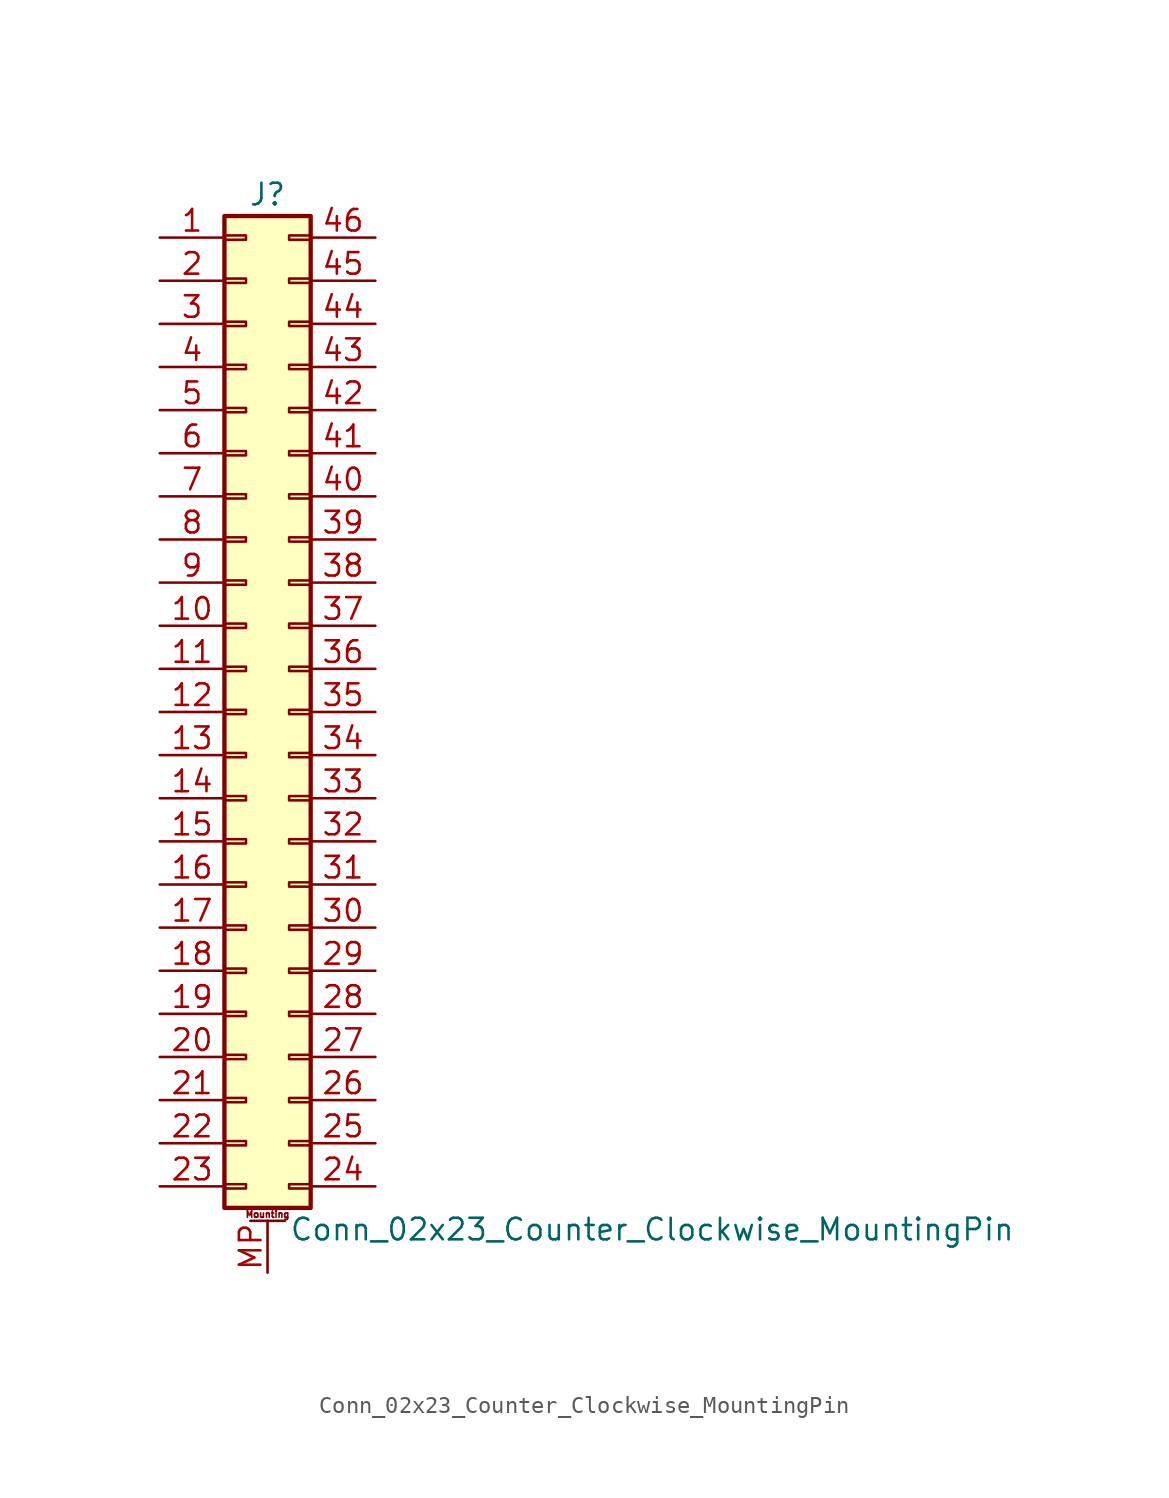
<source format=kicad_sym>
(kicad_symbol_lib
  (version 20201005)
  (generator kicad_symbol_editor)
  (symbol "Connector_Generic_MountingPin:Conn_02x23_Counter_Clockwise_MountingPin"
    (pin_names
      (offset 1.016) hide)
    (property "Reference" "J"
      (at 1.27 30.48 0)
      (effects (font (size 1.27 1.27))))
    (property "Value" "Conn_02x23_Counter_Clockwise_MountingPin"
      (at 2.54 -30.48 0)
      (effects (font (size 1.27 1.27)) (justify left)))
    (symbol "Conn_02x23_Counter_Clockwise_MountingPin_1_1"
      (text "Mounting" (at 1.27 -29.591 0) (effects (font (size 0.381 0.381))))
      (rectangle (start -1.27 -27.813) (end 0 -28.067) (stroke (width 0.152)) (fill (type none)))
      (rectangle (start -1.27 -4.953) (end 0 -5.207) (stroke (width 0.152)) (fill (type none)))
      (rectangle (start -1.27 -7.493) (end 0 -7.747) (stroke (width 0.152)) (fill (type none)))
      (rectangle (start -1.27 -10.033) (end 0 -10.287) (stroke (width 0.152)) (fill (type none)))
      (rectangle (start -1.27 -12.573) (end 0 -12.827) (stroke (width 0.152)) (fill (type none)))
      (rectangle (start -1.27 -15.113) (end 0 -15.367) (stroke (width 0.152)) (fill (type none)))
      (rectangle (start -1.27 -17.653) (end 0 -17.907) (stroke (width 0.152)) (fill (type none)))
      (rectangle (start -1.27 -20.193) (end 0 -20.447) (stroke (width 0.152)) (fill (type none)))
      (rectangle (start -1.27 -22.733) (end 0 -22.987) (stroke (width 0.152)) (fill (type none)))
      (rectangle (start -1.27 -2.413) (end 0 -2.667) (stroke (width 0.152)) (fill (type none)))
      (rectangle (start -1.27 -25.273) (end 0 -25.527) (stroke (width 0.152)) (fill (type none)))
      (rectangle (start -1.27 25.527) (end 0 25.273) (stroke (width 0.152)) (fill (type none)))
      (rectangle (start -1.27 2.667) (end 0 2.413) (stroke (width 0.152)) (fill (type none)))
      (rectangle (start -1.27 28.067) (end 0 27.813) (stroke (width 0.152)) (fill (type none)))
      (rectangle (start -1.27 29.21) (end 3.81 -29.21) (stroke (width 0.254)) (fill (type background)))
      (rectangle (start -1.27 5.207) (end 0 4.953) (stroke (width 0.152)) (fill (type none)))
      (rectangle (start -1.27 7.747) (end 0 7.493) (stroke (width 0.152)) (fill (type none)))
      (rectangle (start -1.27 10.287) (end 0 10.033) (stroke (width 0.152)) (fill (type none)))
      (rectangle (start -1.27 0.127) (end 0 -0.127) (stroke (width 0.152)) (fill (type none)))
      (rectangle (start -1.27 12.827) (end 0 12.573) (stroke (width 0.152)) (fill (type none)))
      (rectangle (start -1.27 15.367) (end 0 15.113) (stroke (width 0.152)) (fill (type none)))
      (rectangle (start -1.27 17.907) (end 0 17.653) (stroke (width 0.152)) (fill (type none)))
      (rectangle (start -1.27 20.447) (end 0 20.193) (stroke (width 0.152)) (fill (type none)))
      (rectangle (start -1.27 22.987) (end 0 22.733) (stroke (width 0.152)) (fill (type none)))
      (rectangle (start 3.81 -27.813) (end 2.54 -28.067) (stroke (width 0.152)) (fill (type none)))
      (rectangle (start 3.81 -4.953) (end 2.54 -5.207) (stroke (width 0.152)) (fill (type none)))
      (rectangle (start 3.81 -7.493) (end 2.54 -7.747) (stroke (width 0.152)) (fill (type none)))
      (rectangle (start 3.81 -10.033) (end 2.54 -10.287) (stroke (width 0.152)) (fill (type none)))
      (rectangle (start 3.81 -12.573) (end 2.54 -12.827) (stroke (width 0.152)) (fill (type none)))
      (rectangle (start 3.81 -15.113) (end 2.54 -15.367) (stroke (width 0.152)) (fill (type none)))
      (rectangle (start 3.81 -17.653) (end 2.54 -17.907) (stroke (width 0.152)) (fill (type none)))
      (rectangle (start 3.81 -20.193) (end 2.54 -20.447) (stroke (width 0.152)) (fill (type none)))
      (rectangle (start 3.81 -22.733) (end 2.54 -22.987) (stroke (width 0.152)) (fill (type none)))
      (rectangle (start 3.81 -2.413) (end 2.54 -2.667) (stroke (width 0.152)) (fill (type none)))
      (rectangle (start 3.81 -25.273) (end 2.54 -25.527) (stroke (width 0.152)) (fill (type none)))
      (rectangle (start 3.81 25.527) (end 2.54 25.273) (stroke (width 0.152)) (fill (type none)))
      (rectangle (start 3.81 2.667) (end 2.54 2.413) (stroke (width 0.152)) (fill (type none)))
      (rectangle (start 3.81 28.067) (end 2.54 27.813) (stroke (width 0.152)) (fill (type none)))
      (rectangle (start 3.81 5.207) (end 2.54 4.953) (stroke (width 0.152)) (fill (type none)))
      (rectangle (start 3.81 7.747) (end 2.54 7.493) (stroke (width 0.152)) (fill (type none)))
      (rectangle (start 3.81 10.287) (end 2.54 10.033) (stroke (width 0.152)) (fill (type none)))
      (rectangle (start 3.81 0.127) (end 2.54 -0.127) (stroke (width 0.152)) (fill (type none)))
      (rectangle (start 3.81 12.827) (end 2.54 12.573) (stroke (width 0.152)) (fill (type none)))
      (rectangle (start 3.81 15.367) (end 2.54 15.113) (stroke (width 0.152)) (fill (type none)))
      (rectangle (start 3.81 17.907) (end 2.54 17.653) (stroke (width 0.152)) (fill (type none)))
      (rectangle (start 3.81 20.447) (end 2.54 20.193) (stroke (width 0.152)) (fill (type none)))
      (rectangle (start 3.81 22.987) (end 2.54 22.733) (stroke (width 0.152)) (fill (type none)))
      (polyline (pts (xy 0.254 -29.972) (xy 2.286 -29.972)) (stroke (width 0.152)) (fill (type none)))
      (pin passive line (at 1.27 -33.02 90) (length 3.048) (name "MountPin" (effects (font (size 1.27 1.27)))) (number "MP" (effects (font (size 1.27 1.27)))))
      (pin passive line (at -5.08 27.94 0) (length 3.81) (name "Pin_1" (effects (font (size 1.27 1.27)))) (number "1" (effects (font (size 1.27 1.27)))))
      (pin passive line (at -5.08 5.08 0) (length 3.81) (name "Pin_10" (effects (font (size 1.27 1.27)))) (number "10" (effects (font (size 1.27 1.27)))))
      (pin passive line (at -5.08 2.54 0) (length 3.81) (name "Pin_11" (effects (font (size 1.27 1.27)))) (number "11" (effects (font (size 1.27 1.27)))))
      (pin passive line (at -5.08 0 0) (length 3.81) (name "Pin_12" (effects (font (size 1.27 1.27)))) (number "12" (effects (font (size 1.27 1.27)))))
      (pin passive line (at -5.08 -2.54 0) (length 3.81) (name "Pin_13" (effects (font (size 1.27 1.27)))) (number "13" (effects (font (size 1.27 1.27)))))
      (pin passive line (at -5.08 -5.08 0) (length 3.81) (name "Pin_14" (effects (font (size 1.27 1.27)))) (number "14" (effects (font (size 1.27 1.27)))))
      (pin passive line (at -5.08 -7.62 0) (length 3.81) (name "Pin_15" (effects (font (size 1.27 1.27)))) (number "15" (effects (font (size 1.27 1.27)))))
      (pin passive line (at -5.08 -10.16 0) (length 3.81) (name "Pin_16" (effects (font (size 1.27 1.27)))) (number "16" (effects (font (size 1.27 1.27)))))
      (pin passive line (at -5.08 -12.7 0) (length 3.81) (name "Pin_17" (effects (font (size 1.27 1.27)))) (number "17" (effects (font (size 1.27 1.27)))))
      (pin passive line (at -5.08 -15.24 0) (length 3.81) (name "Pin_18" (effects (font (size 1.27 1.27)))) (number "18" (effects (font (size 1.27 1.27)))))
      (pin passive line (at -5.08 -17.78 0) (length 3.81) (name "Pin_19" (effects (font (size 1.27 1.27)))) (number "19" (effects (font (size 1.27 1.27)))))
      (pin passive line (at -5.08 25.4 0) (length 3.81) (name "Pin_2" (effects (font (size 1.27 1.27)))) (number "2" (effects (font (size 1.27 1.27)))))
      (pin passive line (at -5.08 -20.32 0) (length 3.81) (name "Pin_20" (effects (font (size 1.27 1.27)))) (number "20" (effects (font (size 1.27 1.27)))))
      (pin passive line (at -5.08 -22.86 0) (length 3.81) (name "Pin_21" (effects (font (size 1.27 1.27)))) (number "21" (effects (font (size 1.27 1.27)))))
      (pin passive line (at -5.08 -25.4 0) (length 3.81) (name "Pin_22" (effects (font (size 1.27 1.27)))) (number "22" (effects (font (size 1.27 1.27)))))
      (pin passive line (at -5.08 -27.94 0) (length 3.81) (name "Pin_23" (effects (font (size 1.27 1.27)))) (number "23" (effects (font (size 1.27 1.27)))))
      (pin passive line (at 7.62 -27.94 180) (length 3.81) (name "Pin_24" (effects (font (size 1.27 1.27)))) (number "24" (effects (font (size 1.27 1.27)))))
      (pin passive line (at 7.62 -25.4 180) (length 3.81) (name "Pin_25" (effects (font (size 1.27 1.27)))) (number "25" (effects (font (size 1.27 1.27)))))
      (pin passive line (at 7.62 -22.86 180) (length 3.81) (name "Pin_26" (effects (font (size 1.27 1.27)))) (number "26" (effects (font (size 1.27 1.27)))))
      (pin passive line (at 7.62 -20.32 180) (length 3.81) (name "Pin_27" (effects (font (size 1.27 1.27)))) (number "27" (effects (font (size 1.27 1.27)))))
      (pin passive line (at 7.62 -17.78 180) (length 3.81) (name "Pin_28" (effects (font (size 1.27 1.27)))) (number "28" (effects (font (size 1.27 1.27)))))
      (pin passive line (at 7.62 -15.24 180) (length 3.81) (name "Pin_29" (effects (font (size 1.27 1.27)))) (number "29" (effects (font (size 1.27 1.27)))))
      (pin passive line (at -5.08 22.86 0) (length 3.81) (name "Pin_3" (effects (font (size 1.27 1.27)))) (number "3" (effects (font (size 1.27 1.27)))))
      (pin passive line (at 7.62 -12.7 180) (length 3.81) (name "Pin_30" (effects (font (size 1.27 1.27)))) (number "30" (effects (font (size 1.27 1.27)))))
      (pin passive line (at 7.62 -10.16 180) (length 3.81) (name "Pin_31" (effects (font (size 1.27 1.27)))) (number "31" (effects (font (size 1.27 1.27)))))
      (pin passive line (at 7.62 -7.62 180) (length 3.81) (name "Pin_32" (effects (font (size 1.27 1.27)))) (number "32" (effects (font (size 1.27 1.27)))))
      (pin passive line (at 7.62 -5.08 180) (length 3.81) (name "Pin_33" (effects (font (size 1.27 1.27)))) (number "33" (effects (font (size 1.27 1.27)))))
      (pin passive line (at 7.62 -2.54 180) (length 3.81) (name "Pin_34" (effects (font (size 1.27 1.27)))) (number "34" (effects (font (size 1.27 1.27)))))
      (pin passive line (at 7.62 0 180) (length 3.81) (name "Pin_35" (effects (font (size 1.27 1.27)))) (number "35" (effects (font (size 1.27 1.27)))))
      (pin passive line (at 7.62 2.54 180) (length 3.81) (name "Pin_36" (effects (font (size 1.27 1.27)))) (number "36" (effects (font (size 1.27 1.27)))))
      (pin passive line (at 7.62 5.08 180) (length 3.81) (name "Pin_37" (effects (font (size 1.27 1.27)))) (number "37" (effects (font (size 1.27 1.27)))))
      (pin passive line (at 7.62 7.62 180) (length 3.81) (name "Pin_38" (effects (font (size 1.27 1.27)))) (number "38" (effects (font (size 1.27 1.27)))))
      (pin passive line (at 7.62 10.16 180) (length 3.81) (name "Pin_39" (effects (font (size 1.27 1.27)))) (number "39" (effects (font (size 1.27 1.27)))))
      (pin passive line (at -5.08 20.32 0) (length 3.81) (name "Pin_4" (effects (font (size 1.27 1.27)))) (number "4" (effects (font (size 1.27 1.27)))))
      (pin passive line (at 7.62 12.7 180) (length 3.81) (name "Pin_40" (effects (font (size 1.27 1.27)))) (number "40" (effects (font (size 1.27 1.27)))))
      (pin passive line (at 7.62 15.24 180) (length 3.81) (name "Pin_41" (effects (font (size 1.27 1.27)))) (number "41" (effects (font (size 1.27 1.27)))))
      (pin passive line (at 7.62 17.78 180) (length 3.81) (name "Pin_42" (effects (font (size 1.27 1.27)))) (number "42" (effects (font (size 1.27 1.27)))))
      (pin passive line (at 7.62 20.32 180) (length 3.81) (name "Pin_43" (effects (font (size 1.27 1.27)))) (number "43" (effects (font (size 1.27 1.27)))))
      (pin passive line (at 7.62 22.86 180) (length 3.81) (name "Pin_44" (effects (font (size 1.27 1.27)))) (number "44" (effects (font (size 1.27 1.27)))))
      (pin passive line (at 7.62 25.4 180) (length 3.81) (name "Pin_45" (effects (font (size 1.27 1.27)))) (number "45" (effects (font (size 1.27 1.27)))))
      (pin passive line (at 7.62 27.94 180) (length 3.81) (name "Pin_46" (effects (font (size 1.27 1.27)))) (number "46" (effects (font (size 1.27 1.27)))))
      (pin passive line (at -5.08 17.78 0) (length 3.81) (name "Pin_5" (effects (font (size 1.27 1.27)))) (number "5" (effects (font (size 1.27 1.27)))))
      (pin passive line (at -5.08 15.24 0) (length 3.81) (name "Pin_6" (effects (font (size 1.27 1.27)))) (number "6" (effects (font (size 1.27 1.27)))))
      (pin passive line (at -5.08 12.7 0) (length 3.81) (name "Pin_7" (effects (font (size 1.27 1.27)))) (number "7" (effects (font (size 1.27 1.27)))))
      (pin passive line (at -5.08 10.16 0) (length 3.81) (name "Pin_8" (effects (font (size 1.27 1.27)))) (number "8" (effects (font (size 1.27 1.27)))))
      (pin passive line (at -5.08 7.62 0) (length 3.81) (name "Pin_9" (effects (font (size 1.27 1.27)))) (number "9" (effects (font (size 1.27 1.27))))))))
</source>
